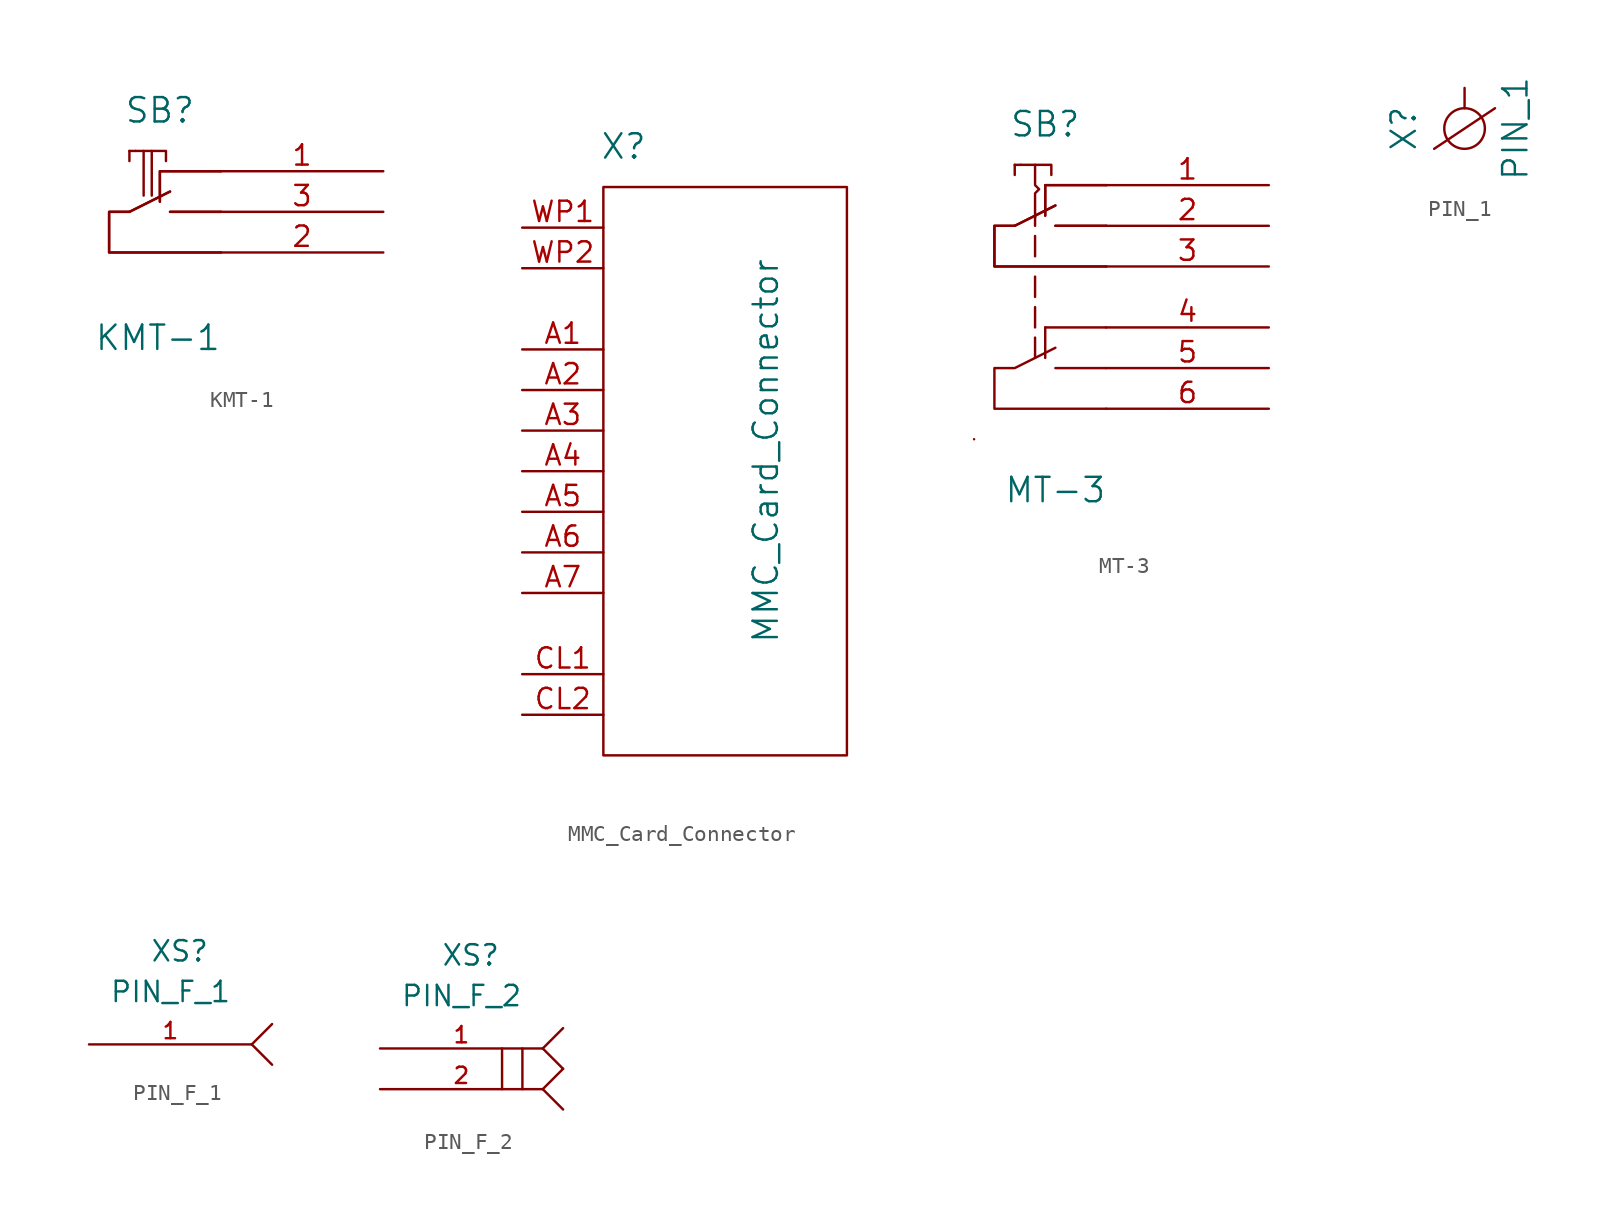
<source format=kicad_sym>
(kicad_symbol_lib
  (version 20211014)
  (generator kicad_symbol_editor)
  (symbol "KMT-1"
    (pin_names
      (offset 1.016))
    (property "Reference" "SB"
      (at -13.97 3.81 0)
      (effects (font (size 1.524 1.524))))
    (property "Value" "KMT-1"
      (at -14.097 -10.414 0)
      (effects (font (size 1.524 1.524))))
    (property "Footprint" ""
      (at 0 0 0)
      (effects (font (size 1.524 1.524))))
    (property "Datasheet" ""
      (at 0 0 0)
      (effects (font (size 1.524 1.524))))
    (symbol "KMT-1_0_1"
      (polyline (pts (xy -15.875 1.27) (xy -15.875 0.635)) (stroke (width 0) (type default) (color 0 0 0 0)) (fill (type none)))
      (polyline (pts (xy -14.986 1.27) (xy -14.986 -1.524)) (stroke (width 0) (type default) (color 0 0 0 0)) (fill (type none)))
      (polyline (pts (xy -14.478 1.27) (xy -14.478 -1.524)) (stroke (width 0) (type default) (color 0 0 0 0)) (fill (type none)))
      (polyline (pts (xy -13.335 -1.27) (xy -15.875 -2.54)) (stroke (width 0) (type default) (color 0 0 0 0)) (fill (type none)))
      (polyline (pts (xy -13.335 -1.27) (xy -15.875 -2.54)) (stroke (width 0) (type default) (color 0 0 0 0)) (fill (type none)))
      (polyline (pts (xy -10.16 -2.54) (xy -13.335 -2.54)) (stroke (width 0) (type default) (color 0 0 0 0)) (fill (type none)))
      (polyline (pts (xy -10.16 -2.54) (xy -13.335 -2.54)) (stroke (width 0) (type default) (color 0 0 0 0)) (fill (type none)))
      (polyline (pts (xy -15.494 1.27) (xy -15.875 1.27) (xy -15.875 1.27)) (stroke (width 0) (type default) (color 0 0 0 0)) (fill (type none)))
      (polyline (pts (xy -15.494 1.27) (xy -13.589 1.27) (xy -13.589 0.635)) (stroke (width 0) (type default) (color 0 0 0 0)) (fill (type none)))
      (polyline (pts (xy -13.97 -1.905) (xy -13.97 0) (xy -10.16 0)) (stroke (width 0) (type default) (color 0 0 0 0)) (fill (type none)))
      (polyline (pts (xy -13.97 -1.905) (xy -13.97 0) (xy -10.16 0)) (stroke (width 0) (type default) (color 0 0 0 0)) (fill (type none)))
      (polyline (pts (xy -15.875 -2.54) (xy -17.145 -2.54) (xy -17.145 -5.08) (xy -10.16 -5.08)) (stroke (width 0) (type default) (color 0 0 0 0)) (fill (type none)))
      (polyline (pts (xy -15.875 -2.54) (xy -17.145 -2.54) (xy -17.145 -5.08) (xy -10.16 -5.08)) (stroke (width 0) (type default) (color 0 0 0 0)) (fill (type none))))
    (symbol "KMT-1_1_1"
      (pin passive line (at 0 0 180) (length 10.16) (name "~" (effects (font (size 1.27 1.27)))) (number "1" (effects (font (size 1.27 1.27)))))
      (pin passive line (at 0 -5.08 180) (length 10.16) (name "~" (effects (font (size 1.27 1.27)))) (number "2" (effects (font (size 1.27 1.27)))))
      (pin passive line (at 0 -2.54 180) (length 10.16) (name "~" (effects (font (size 1.27 1.27)))) (number "3" (effects (font (size 1.27 1.27)))))))
  (symbol "MMC_Card_Connector"
    (pin_names
      (offset 1.016))
    (property "Reference" "X"
      (at 1.27 2.54 0)
      (effects (font (size 1.524 1.524))))
    (property "Value" "MMC_Card_Connector"
      (at 10.16 -16.51 90)
      (effects (font (size 1.524 1.524))))
    (property "Footprint" ""
      (at 0 0 0)
      (effects (font (size 1.524 1.524))))
    (property "Datasheet" ""
      (at 0 0 0)
      (effects (font (size 1.524 1.524))))
    (symbol "MMC_Card_Connector_0_1"
      (rectangle (start 0 0) (end 15.24 -35.56) (stroke (width 0) (type default) (color 0 0 0 0)) (fill (type none))))
    (symbol "MMC_Card_Connector_1_1"
      (pin passive line (at -5.08 -10.16 0) (length 5.08) (name "~" (effects (font (size 1.27 1.27)))) (number "A1" (effects (font (size 1.27 1.27)))))
      (pin passive line (at -5.08 -12.7 0) (length 5.08) (name "~" (effects (font (size 1.27 1.27)))) (number "A2" (effects (font (size 1.27 1.27)))))
      (pin passive line (at -5.08 -15.24 0) (length 5.08) (name "~" (effects (font (size 1.27 1.27)))) (number "A3" (effects (font (size 1.27 1.27)))))
      (pin passive line (at -5.08 -17.78 0) (length 5.08) (name "~" (effects (font (size 1.27 1.27)))) (number "A4" (effects (font (size 1.27 1.27)))))
      (pin passive line (at -5.08 -20.32 0) (length 5.08) (name "~" (effects (font (size 1.27 1.27)))) (number "A5" (effects (font (size 1.27 1.27)))))
      (pin input line (at -5.08 -22.86 0) (length 5.08) (name "~" (effects (font (size 1.27 1.27)))) (number "A6" (effects (font (size 1.27 1.27)))))
      (pin input line (at -5.08 -25.4 0) (length 5.08) (name "~" (effects (font (size 1.27 1.27)))) (number "A7" (effects (font (size 1.27 1.27)))))
      (pin input line (at -5.08 -30.48 0) (length 5.08) (name "~" (effects (font (size 1.27 1.27)))) (number "CL1" (effects (font (size 1.27 1.27)))))
      (pin input line (at -5.08 -33.02 0) (length 5.08) (name "~" (effects (font (size 1.27 1.27)))) (number "CL2" (effects (font (size 1.27 1.27)))))
      (pin input line (at -5.08 -2.54 0) (length 5.08) (name "~" (effects (font (size 1.27 1.27)))) (number "WP1" (effects (font (size 1.27 1.27)))))
      (pin input line (at -5.08 -5.08 0) (length 5.08) (name "~" (effects (font (size 1.27 1.27)))) (number "WP2" (effects (font (size 1.27 1.27)))))))
  (symbol "MT-3"
    (pin_names
      (offset 1.016))
    (property "Reference" "SB"
      (at -13.97 3.81 0)
      (effects (font (size 1.524 1.524))))
    (property "Value" "MT-3"
      (at -13.335 -19.05 0)
      (effects (font (size 1.524 1.524))))
    (property "Footprint" ""
      (at 0 0 0)
      (effects (font (size 1.524 1.524))))
    (property "Datasheet" ""
      (at 0 0 0)
      (effects (font (size 1.524 1.524))))
    (symbol "MT-3_0_1"
      (polyline (pts (xy -18.415 -15.875) (xy -18.415 -15.875)) (stroke (width 0) (type default) (color 0 0 0 0)) (fill (type none)))
      (polyline (pts (xy -15.875 1.27) (xy -15.875 0.635)) (stroke (width 0) (type default) (color 0 0 0 0)) (fill (type none)))
      (polyline (pts (xy -14.605 -8.89) (xy -14.605 -7.62)) (stroke (width 0) (type default) (color 0 0 0 0)) (fill (type none)))
      (polyline (pts (xy -14.605 -4.445) (xy -14.605 -3.175)) (stroke (width 0) (type default) (color 0 0 0 0)) (fill (type none)))
      (polyline (pts (xy -14.605 -2.54) (xy -14.605 -1.905)) (stroke (width 0) (type default) (color 0 0 0 0)) (fill (type none)))
      (polyline (pts (xy -13.97 -8.89) (xy -13.97 -10.795)) (stroke (width 0) (type default) (color 0 0 0 0)) (fill (type none)))
      (polyline (pts (xy -13.335 -11.43) (xy -10.16 -11.43)) (stroke (width 0) (type default) (color 0 0 0 0)) (fill (type none)))
      (polyline (pts (xy -13.335 -1.27) (xy -15.875 -2.54)) (stroke (width 0) (type default) (color 0 0 0 0)) (fill (type none)))
      (polyline (pts (xy -13.335 -1.27) (xy -15.875 -2.54)) (stroke (width 0) (type default) (color 0 0 0 0)) (fill (type none)))
      (polyline (pts (xy -10.16 -8.89) (xy -13.97 -8.89)) (stroke (width 0) (type default) (color 0 0 0 0)) (fill (type none)))
      (polyline (pts (xy -10.16 -2.54) (xy -13.335 -2.54)) (stroke (width 0) (type default) (color 0 0 0 0)) (fill (type none)))
      (polyline (pts (xy -10.16 -2.54) (xy -13.335 -2.54)) (stroke (width 0) (type default) (color 0 0 0 0)) (fill (type none)))
      (polyline (pts (xy -15.494 1.27) (xy -15.875 1.27) (xy -15.875 1.27)) (stroke (width 0) (type default) (color 0 0 0 0)) (fill (type none)))
      (polyline (pts (xy -15.494 1.27) (xy -13.589 1.27) (xy -13.589 0.635)) (stroke (width 0) (type default) (color 0 0 0 0)) (fill (type none)))
      (polyline (pts (xy -14.605 -10.795) (xy -14.605 -9.525) (xy -14.605 -9.525)) (stroke (width 0) (type default) (color 0 0 0 0)) (fill (type none)))
      (polyline (pts (xy -14.605 -6.985) (xy -14.605 -6.985) (xy -14.605 -5.715)) (stroke (width 0) (type default) (color 0 0 0 0)) (fill (type none)))
      (polyline (pts (xy -13.97 -1.905) (xy -13.97 0) (xy -10.16 0)) (stroke (width 0) (type default) (color 0 0 0 0)) (fill (type none)))
      (polyline (pts (xy -13.97 -1.905) (xy -13.97 0) (xy -10.16 0)) (stroke (width 0) (type default) (color 0 0 0 0)) (fill (type none)))
      (polyline (pts (xy -15.875 -2.54) (xy -17.145 -2.54) (xy -17.145 -5.08) (xy -10.16 -5.08)) (stroke (width 0) (type default) (color 0 0 0 0)) (fill (type none)))
      (polyline (pts (xy -15.875 -2.54) (xy -17.145 -2.54) (xy -17.145 -5.08) (xy -10.16 -5.08)) (stroke (width 0) (type default) (color 0 0 0 0)) (fill (type none)))
      (polyline (pts (xy -14.605 1.27) (xy -14.605 0) (xy -14.351 -0.254) (xy -14.605 -0.508) (xy -14.605 -2.032)) (stroke (width 0) (type default) (color 0 0 0 0)) (fill (type none)))
      (polyline (pts (xy -10.16 -13.97) (xy -17.145 -13.97) (xy -17.145 -11.43) (xy -15.875 -11.43) (xy -13.335 -10.16)) (stroke (width 0) (type default) (color 0 0 0 0)) (fill (type none))))
    (symbol "MT-3_1_1"
      (pin passive line (at 0 0 180) (length 10.16) (name "~" (effects (font (size 1.27 1.27)))) (number "1" (effects (font (size 1.27 1.27)))))
      (pin passive line (at 0 -2.54 180) (length 10.16) (name "~" (effects (font (size 1.27 1.27)))) (number "2" (effects (font (size 1.27 1.27)))))
      (pin passive line (at 0 -5.08 180) (length 10.16) (name "~" (effects (font (size 1.27 1.27)))) (number "3" (effects (font (size 1.27 1.27)))))
      (pin passive line (at 0 -8.89 180) (length 10.16) (name "~" (effects (font (size 1.27 1.27)))) (number "4" (effects (font (size 1.27 1.27)))))
      (pin passive line (at 0 -11.43 180) (length 10.16) (name "~" (effects (font (size 1.27 1.27)))) (number "5" (effects (font (size 1.27 1.27)))))
      (pin passive line (at 0 -13.97 180) (length 10.16) (name "~" (effects (font (size 1.27 1.27)))) (number "6" (effects (font (size 1.27 1.27)))))))
  (symbol "PIN_1"
    (pin_numbers hide)
    (pin_names
      (offset 0) hide)
    (property "Reference" "X"
      (at -3.81 -2.54 90)
      (effects (font (size 1.524 1.524))))
    (property "Value" "PIN_1"
      (at 3.175 -2.54 90)
      (effects (font (size 1.524 1.524))))
    (property "Footprint" ""
      (at 0 0 0)
      (effects (font (size 1.524 1.524))))
    (property "Datasheet" ""
      (at 0 0 0)
      (effects (font (size 1.524 1.524))))
    (symbol "PIN_1_0_1"
      (circle (center 0 -2.54) (radius 1.27) (stroke (width 0) (type default) (color 0 0 0 0)) (fill (type none)))
      (polyline (pts (xy -1.905 -3.81) (xy 1.905 -1.27)) (stroke (width 0) (type default) (color 0 0 0 0)) (fill (type none))))
    (symbol "PIN_1_1_1"
      (pin input line (at 0 0 270) (length 1.27) (name "~" (effects (font (size 1.27 1.27)))) (number "2" (effects (font (size 1.27 1.27)))))))
  (symbol "PIN_F_1"
    (pin_names
      (offset 1.016))
    (property "Reference" "XS"
      (at 3.81 5.08 0)
      (effects (font (size 1.27 1.27)) (justify left bottom)))
    (property "Value" "PIN_F_1"
      (at 1.27 2.54 0)
      (effects (font (size 1.27 1.27)) (justify left bottom)))
    (property "Datasheet" ""
      (at 0 0 0)
      (effects (font (size 1.524 1.524))))
    (property "ki_locked" ""
      (at 0 0 0)
      (effects (font (size 1.27 1.27))))
    (symbol "PIN_F_1_0_1"
      (polyline (pts (xy 10.16 0) (xy 11.43 -1.27)) (stroke (width 0) (type default) (color 0 0 0 0)) (fill (type none)))
      (polyline (pts (xy 10.16 0) (xy 11.43 1.27)) (stroke (width 0) (type default) (color 0 0 0 0)) (fill (type none))))
    (symbol "PIN_F_1_1_1"
      (pin passive line (at 0 0 0) (length 10.16) (name "~" (effects (font (size 1.016 1.016)))) (number "1" (effects (font (size 1.016 1.016)))))))
  (symbol "PIN_F_2"
    (pin_names
      (offset 1.016))
    (property "Reference" "XS"
      (at 3.81 5.08 0)
      (effects (font (size 1.27 1.27)) (justify left bottom)))
    (property "Value" "PIN_F_2"
      (at 1.27 2.54 0)
      (effects (font (size 1.27 1.27)) (justify left bottom)))
    (property "Datasheet" ""
      (at 0 0 0)
      (effects (font (size 1.524 1.524))))
    (property "ki_locked" ""
      (at 0 0 0)
      (effects (font (size 1.27 1.27))))
    (symbol "PIN_F_2_0_1"
      (polyline (pts (xy 7.62 -2.54) (xy 7.62 0)) (stroke (width 0) (type default) (color 0 0 0 0)) (fill (type none)))
      (polyline (pts (xy 8.89 -2.54) (xy 8.89 0)) (stroke (width 0) (type default) (color 0 0 0 0)) (fill (type none)))
      (polyline (pts (xy 10.16 -2.54) (xy 11.43 -3.81)) (stroke (width 0) (type default) (color 0 0 0 0)) (fill (type none)))
      (polyline (pts (xy 10.16 -2.54) (xy 11.43 -1.27)) (stroke (width 0) (type default) (color 0 0 0 0)) (fill (type none)))
      (polyline (pts (xy 10.16 0) (xy 11.43 -1.27)) (stroke (width 0) (type default) (color 0 0 0 0)) (fill (type none)))
      (polyline (pts (xy 10.16 0) (xy 11.43 1.27)) (stroke (width 0) (type default) (color 0 0 0 0)) (fill (type none))))
    (symbol "PIN_F_2_1_1"
      (pin passive line (at 0 0 0) (length 10.16) (name "~" (effects (font (size 1.016 1.016)))) (number "1" (effects (font (size 1.016 1.016)))))
      (pin passive line (at 0 -2.54 0) (length 10.16) (name "~" (effects (font (size 1.016 1.016)))) (number "2" (effects (font (size 1.016 1.016))))))))
</source>
